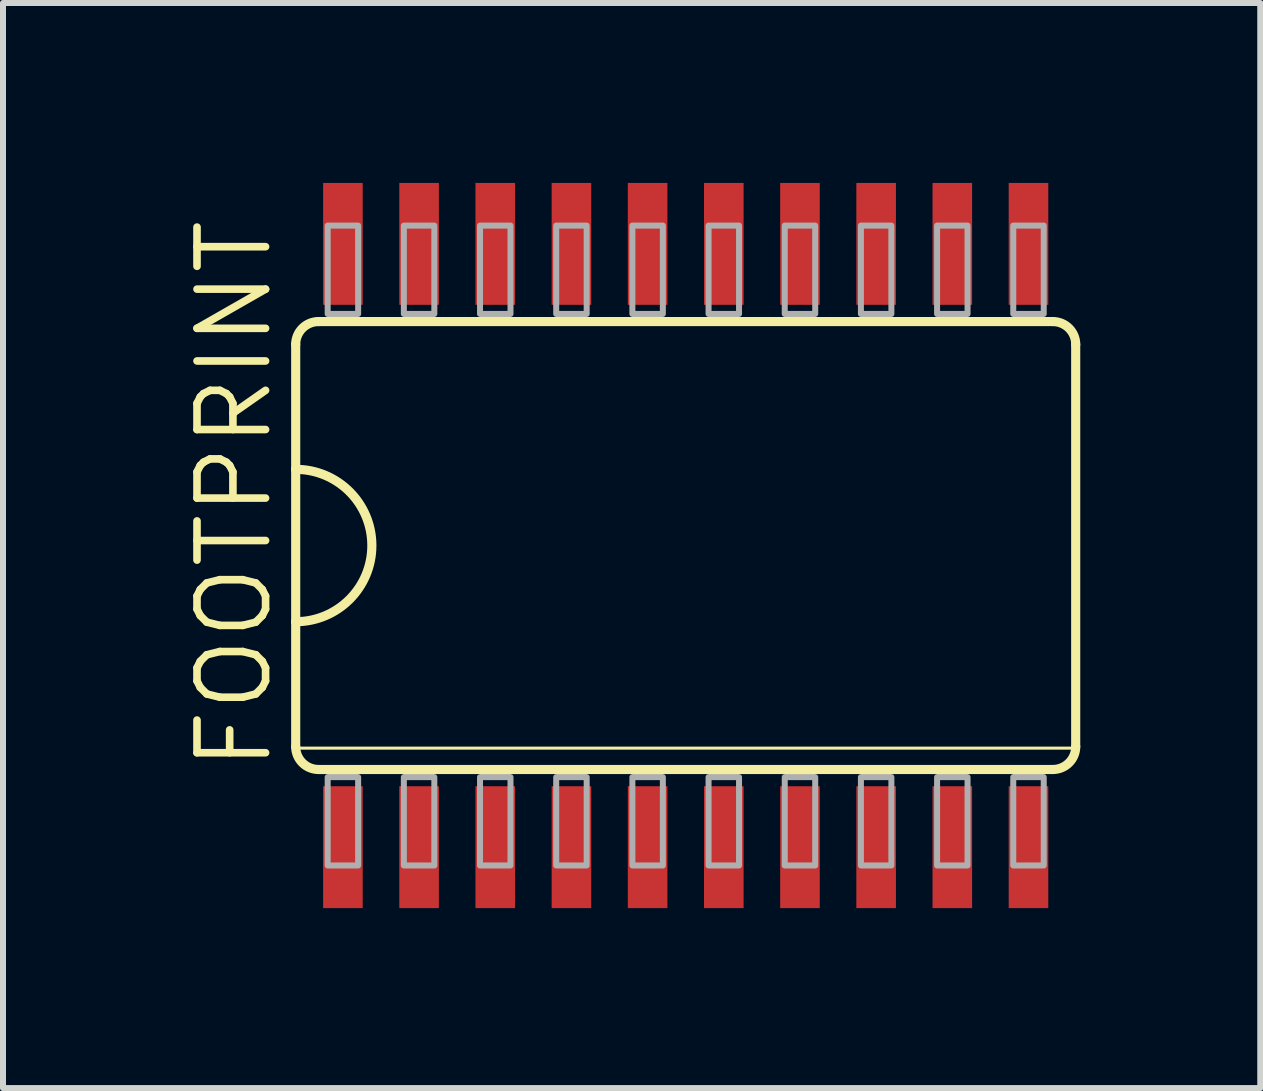
<source format=kicad_pcb>
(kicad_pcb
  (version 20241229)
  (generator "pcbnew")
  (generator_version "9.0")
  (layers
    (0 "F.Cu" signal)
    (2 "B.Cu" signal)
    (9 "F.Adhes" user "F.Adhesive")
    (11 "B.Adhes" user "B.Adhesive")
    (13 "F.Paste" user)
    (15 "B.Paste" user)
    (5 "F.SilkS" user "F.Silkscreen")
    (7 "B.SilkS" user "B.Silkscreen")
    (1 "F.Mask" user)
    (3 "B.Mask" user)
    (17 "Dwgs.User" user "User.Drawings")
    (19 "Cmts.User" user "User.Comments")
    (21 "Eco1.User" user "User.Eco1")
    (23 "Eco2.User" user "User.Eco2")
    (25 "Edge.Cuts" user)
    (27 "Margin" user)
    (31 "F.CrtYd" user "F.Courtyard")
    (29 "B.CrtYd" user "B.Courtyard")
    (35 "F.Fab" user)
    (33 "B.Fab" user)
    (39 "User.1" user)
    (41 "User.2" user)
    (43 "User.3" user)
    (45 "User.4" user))
  (footprint "FOOTPRINT"
    (layer "F.Cu")
    (at 8.382 6.045)
    (property "Reference" "FOOTPRINT" (at -6.858 3.81 90) (layer "F.SilkS") (effects (font (size 1.143 1.143) (thickness 0.127)) (justify left bottom)))
    (fp_line (start -6.502 -3.353) (end -6.502 -1.27) (stroke (width 0.152) (type solid)) (layer "F.SilkS"))
    (fp_line (start -6.502 -1.27) (end -6.502 1.27) (stroke (width 0.152) (type solid)) (layer "F.SilkS"))
    (fp_line (start -6.502 1.27) (end -6.502 3.353) (stroke (width 0.152) (type solid)) (layer "F.SilkS"))
    (fp_line (start -6.477 3.378) (end 6.477 3.378) (stroke (width 0.051) (type solid)) (layer "F.SilkS"))
    (fp_line (start -6.121 3.734) (end 6.121 3.734) (stroke (width 0.152) (type solid)) (layer "F.SilkS"))
    (fp_line (start 6.121 -3.734) (end -6.121 -3.734) (stroke (width 0.152) (type solid)) (layer "F.SilkS"))
    (fp_line (start 6.502 3.353) (end 6.502 -3.353) (stroke (width 0.152) (type solid)) (layer "F.SilkS"))
    (fp_arc (start -6.5024 -3.3528) (mid -6.390808 -3.622208) (end -6.1214 -3.7338) (stroke (width 0.1524) (type solid)) (layer "F.SilkS"))
    (fp_arc (start -6.5024 -1.27) (mid -5.2324 0) (end -6.5024 1.27) (stroke (width 0.1524) (type solid)) (layer "F.SilkS"))
    (fp_arc (start -6.1214 3.7338) (mid -6.390808 3.622208) (end -6.5024 3.3528) (stroke (width 0.1524) (type solid)) (layer "F.SilkS"))
    (fp_arc (start 6.1214 -3.7338) (mid 6.390808 -3.622208) (end 6.5024 -3.3528) (stroke (width 0.1524) (type solid)) (layer "F.SilkS"))
    (fp_arc (start 6.5024 3.3528) (mid 6.390808 3.622208) (end 6.1214 3.7338) (stroke (width 0.1524) (type solid)) (layer "F.SilkS"))
    (fp_poly (pts (xy -5.969 -3.734) (xy -5.461 -3.734) (xy -5.461 -3.861) (xy -5.969 -3.861)) (stroke (width 0) (type solid)) (fill yes) (layer "F.SilkS"))
    (fp_poly (pts (xy -5.969 3.861) (xy -5.461 3.861) (xy -5.461 3.734) (xy -5.969 3.734)) (stroke (width 0) (type solid)) (fill yes) (layer "F.SilkS"))
    (fp_poly (pts (xy -4.699 -3.734) (xy -4.191 -3.734) (xy -4.191 -3.861) (xy -4.699 -3.861)) (stroke (width 0) (type solid)) (fill yes) (layer "F.SilkS"))
    (fp_poly (pts (xy -4.699 3.861) (xy -4.191 3.861) (xy -4.191 3.734) (xy -4.699 3.734)) (stroke (width 0) (type solid)) (fill yes) (layer "F.SilkS"))
    (fp_poly (pts (xy -3.429 -3.734) (xy -2.921 -3.734) (xy -2.921 -3.861) (xy -3.429 -3.861)) (stroke (width 0) (type solid)) (fill yes) (layer "F.SilkS"))
    (fp_poly (pts (xy -3.429 3.861) (xy -2.921 3.861) (xy -2.921 3.734) (xy -3.429 3.734)) (stroke (width 0) (type solid)) (fill yes) (layer "F.SilkS"))
    (fp_poly (pts (xy -2.159 -3.734) (xy -1.651 -3.734) (xy -1.651 -3.861) (xy -2.159 -3.861)) (stroke (width 0) (type solid)) (fill yes) (layer "F.SilkS"))
    (fp_poly (pts (xy -2.159 3.861) (xy -1.651 3.861) (xy -1.651 3.734) (xy -2.159 3.734)) (stroke (width 0) (type solid)) (fill yes) (layer "F.SilkS"))
    (fp_poly (pts (xy -0.889 -3.734) (xy -0.381 -3.734) (xy -0.381 -3.861) (xy -0.889 -3.861)) (stroke (width 0) (type solid)) (fill yes) (layer "F.SilkS"))
    (fp_poly (pts (xy -0.889 3.861) (xy -0.381 3.861) (xy -0.381 3.734) (xy -0.889 3.734)) (stroke (width 0) (type solid)) (fill yes) (layer "F.SilkS"))
    (fp_poly (pts (xy 0.381 -3.734) (xy 0.889 -3.734) (xy 0.889 -3.861) (xy 0.381 -3.861)) (stroke (width 0) (type solid)) (fill yes) (layer "F.SilkS"))
    (fp_poly (pts (xy 0.381 3.861) (xy 0.889 3.861) (xy 0.889 3.734) (xy 0.381 3.734)) (stroke (width 0) (type solid)) (fill yes) (layer "F.SilkS"))
    (fp_poly (pts (xy 1.651 -3.734) (xy 2.159 -3.734) (xy 2.159 -3.861) (xy 1.651 -3.861)) (stroke (width 0) (type solid)) (fill yes) (layer "F.SilkS"))
    (fp_poly (pts (xy 1.651 3.861) (xy 2.159 3.861) (xy 2.159 3.734) (xy 1.651 3.734)) (stroke (width 0) (type solid)) (fill yes) (layer "F.SilkS"))
    (fp_poly (pts (xy 2.921 -3.734) (xy 3.429 -3.734) (xy 3.429 -3.861) (xy 2.921 -3.861)) (stroke (width 0) (type solid)) (fill yes) (layer "F.SilkS"))
    (fp_poly (pts (xy 2.921 3.861) (xy 3.429 3.861) (xy 3.429 3.734) (xy 2.921 3.734)) (stroke (width 0) (type solid)) (fill yes) (layer "F.SilkS"))
    (fp_poly (pts (xy 4.191 -3.734) (xy 4.699 -3.734) (xy 4.699 -3.861) (xy 4.191 -3.861)) (stroke (width 0) (type solid)) (fill yes) (layer "F.SilkS"))
    (fp_poly (pts (xy 4.191 3.861) (xy 4.699 3.861) (xy 4.699 3.734) (xy 4.191 3.734)) (stroke (width 0) (type solid)) (fill yes) (layer "F.SilkS"))
    (fp_poly (pts (xy 5.461 -3.734) (xy 5.969 -3.734) (xy 5.969 -3.861) (xy 5.461 -3.861)) (stroke (width 0) (type solid)) (fill yes) (layer "F.SilkS"))
    (fp_poly (pts (xy 5.461 3.861) (xy 5.969 3.861) (xy 5.969 3.734) (xy 5.461 3.734)) (stroke (width 0) (type solid)) (fill yes) (layer "F.SilkS"))
    (fp_poly (pts (xy -5.969 -3.861) (xy -5.461 -3.861) (xy -5.461 -5.334) (xy -5.969 -5.334)) (stroke (width 0.1) (type solid)) (fill no) (layer "F.Fab"))
    (fp_poly (pts (xy -5.969 5.334) (xy -5.461 5.334) (xy -5.461 3.861) (xy -5.969 3.861)) (stroke (width 0.1) (type solid)) (fill no) (layer "F.Fab"))
    (fp_poly (pts (xy -4.699 -3.861) (xy -4.191 -3.861) (xy -4.191 -5.334) (xy -4.699 -5.334)) (stroke (width 0.1) (type solid)) (fill no) (layer "F.Fab"))
    (fp_poly (pts (xy -4.699 5.334) (xy -4.191 5.334) (xy -4.191 3.861) (xy -4.699 3.861)) (stroke (width 0.1) (type solid)) (fill no) (layer "F.Fab"))
    (fp_poly (pts (xy -3.429 -3.861) (xy -2.921 -3.861) (xy -2.921 -5.334) (xy -3.429 -5.334)) (stroke (width 0.1) (type solid)) (fill no) (layer "F.Fab"))
    (fp_poly (pts (xy -3.429 5.334) (xy -2.921 5.334) (xy -2.921 3.861) (xy -3.429 3.861)) (stroke (width 0.1) (type solid)) (fill no) (layer "F.Fab"))
    (fp_poly (pts (xy -2.159 -3.861) (xy -1.651 -3.861) (xy -1.651 -5.334) (xy -2.159 -5.334)) (stroke (width 0.1) (type solid)) (fill no) (layer "F.Fab"))
    (fp_poly (pts (xy -2.159 5.334) (xy -1.651 5.334) (xy -1.651 3.861) (xy -2.159 3.861)) (stroke (width 0.1) (type solid)) (fill no) (layer "F.Fab"))
    (fp_poly (pts (xy -0.889 -3.861) (xy -0.381 -3.861) (xy -0.381 -5.334) (xy -0.889 -5.334)) (stroke (width 0.1) (type solid)) (fill no) (layer "F.Fab"))
    (fp_poly (pts (xy -0.889 5.334) (xy -0.381 5.334) (xy -0.381 3.861) (xy -0.889 3.861)) (stroke (width 0.1) (type solid)) (fill no) (layer "F.Fab"))
    (fp_poly (pts (xy 0.381 -3.861) (xy 0.889 -3.861) (xy 0.889 -5.334) (xy 0.381 -5.334)) (stroke (width 0.1) (type solid)) (fill no) (layer "F.Fab"))
    (fp_poly (pts (xy 0.381 5.334) (xy 0.889 5.334) (xy 0.889 3.861) (xy 0.381 3.861)) (stroke (width 0.1) (type solid)) (fill no) (layer "F.Fab"))
    (fp_poly (pts (xy 1.651 -3.861) (xy 2.159 -3.861) (xy 2.159 -5.334) (xy 1.651 -5.334)) (stroke (width 0.1) (type solid)) (fill no) (layer "F.Fab"))
    (fp_poly (pts (xy 1.651 5.334) (xy 2.159 5.334) (xy 2.159 3.861) (xy 1.651 3.861)) (stroke (width 0.1) (type solid)) (fill no) (layer "F.Fab"))
    (fp_poly (pts (xy 2.921 -3.861) (xy 3.429 -3.861) (xy 3.429 -5.334) (xy 2.921 -5.334)) (stroke (width 0.1) (type solid)) (fill no) (layer "F.Fab"))
    (fp_poly (pts (xy 2.921 5.334) (xy 3.429 5.334) (xy 3.429 3.861) (xy 2.921 3.861)) (stroke (width 0.1) (type solid)) (fill no) (layer "F.Fab"))
    (fp_poly (pts (xy 4.191 -3.861) (xy 4.699 -3.861) (xy 4.699 -5.334) (xy 4.191 -5.334)) (stroke (width 0.1) (type solid)) (fill no) (layer "F.Fab"))
    (fp_poly (pts (xy 4.191 5.334) (xy 4.699 5.334) (xy 4.699 3.861) (xy 4.191 3.861)) (stroke (width 0.1) (type solid)) (fill no) (layer "F.Fab"))
    (fp_poly (pts (xy 5.461 -3.861) (xy 5.969 -3.861) (xy 5.969 -5.334) (xy 5.461 -5.334)) (stroke (width 0.1) (type solid)) (fill no) (layer "F.Fab"))
    (fp_poly (pts (xy 5.461 5.334) (xy 5.969 5.334) (xy 5.969 3.861) (xy 5.461 3.861)) (stroke (width 0.1) (type solid)) (fill no) (layer "F.Fab"))
    (pad "1" smd rect (at -5.715 5.029) (size 0.66 2.032) (layers "F.Cu" "F.Mask" "F.Paste"))
    (pad "2" smd rect (at -4.445 5.029) (size 0.66 2.032) (layers "F.Cu" "F.Mask" "F.Paste"))
    (pad "3" smd rect (at -3.175 5.029) (size 0.66 2.032) (layers "F.Cu" "F.Mask" "F.Paste"))
    (pad "4" smd rect (at -1.905 5.029) (size 0.66 2.032) (layers "F.Cu" "F.Mask" "F.Paste"))
    (pad "5" smd rect (at -0.635 5.029) (size 0.66 2.032) (layers "F.Cu" "F.Mask" "F.Paste"))
    (pad "6" smd rect (at 0.635 5.029) (size 0.66 2.032) (layers "F.Cu" "F.Mask" "F.Paste"))
    (pad "7" smd rect (at 1.905 5.029) (size 0.66 2.032) (layers "F.Cu" "F.Mask" "F.Paste"))
    (pad "8" smd rect (at 3.175 5.029) (size 0.66 2.032) (layers "F.Cu" "F.Mask" "F.Paste"))
    (pad "9" smd rect (at 4.445 5.029) (size 0.66 2.032) (layers "F.Cu" "F.Mask" "F.Paste"))
    (pad "10" smd rect (at 5.715 5.029) (size 0.66 2.032) (layers "F.Cu" "F.Mask" "F.Paste"))
    (pad "11" smd rect (at 5.715 -5.029) (size 0.66 2.032) (layers "F.Cu" "F.Mask" "F.Paste"))
    (pad "12" smd rect (at 4.445 -5.029) (size 0.66 2.032) (layers "F.Cu" "F.Mask" "F.Paste"))
    (pad "13" smd rect (at 3.175 -5.029) (size 0.66 2.032) (layers "F.Cu" "F.Mask" "F.Paste"))
    (pad "14" smd rect (at 1.905 -5.029) (size 0.66 2.032) (layers "F.Cu" "F.Mask" "F.Paste"))
    (pad "15" smd rect (at 0.635 -5.029) (size 0.66 2.032) (layers "F.Cu" "F.Mask" "F.Paste"))
    (pad "16" smd rect (at -0.635 -5.029) (size 0.66 2.032) (layers "F.Cu" "F.Mask" "F.Paste"))
    (pad "17" smd rect (at -1.905 -5.029) (size 0.66 2.032) (layers "F.Cu" "F.Mask" "F.Paste"))
    (pad "18" smd rect (at -3.175 -5.029) (size 0.66 2.032) (layers "F.Cu" "F.Mask" "F.Paste"))
    (pad "19" smd rect (at -4.445 -5.029) (size 0.66 2.032) (layers "F.Cu" "F.Mask" "F.Paste"))
    (pad "20" smd rect (at -5.715 -5.029) (size 0.66 2.032) (layers "F.Cu" "F.Mask" "F.Paste")))
  (gr_rect
    (start -3 -3)
    (end 17.961 15.09)
    (stroke (width 0.1) (type default))
    (fill no)
    (layer "Edge.Cuts")))
</source>
